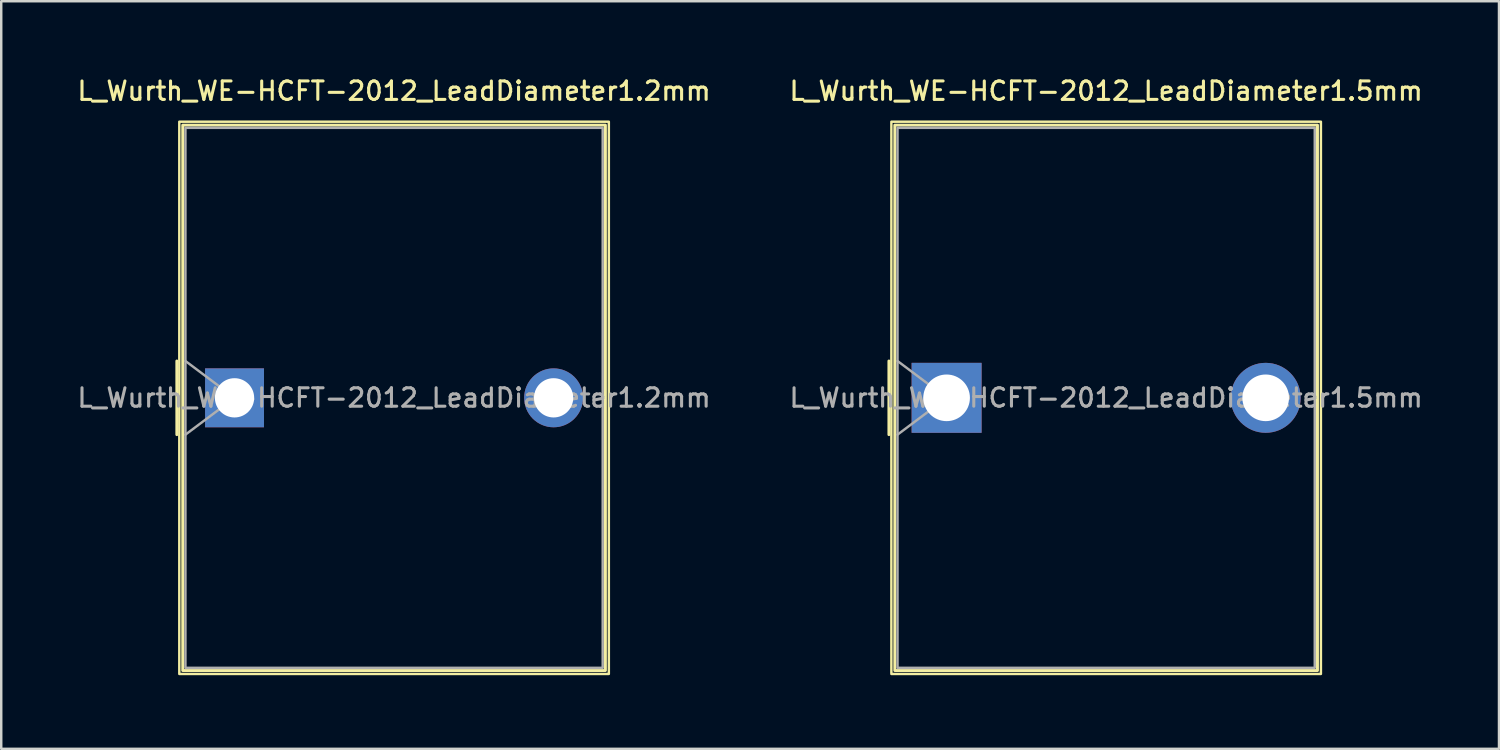
<source format=kicad_pcb>
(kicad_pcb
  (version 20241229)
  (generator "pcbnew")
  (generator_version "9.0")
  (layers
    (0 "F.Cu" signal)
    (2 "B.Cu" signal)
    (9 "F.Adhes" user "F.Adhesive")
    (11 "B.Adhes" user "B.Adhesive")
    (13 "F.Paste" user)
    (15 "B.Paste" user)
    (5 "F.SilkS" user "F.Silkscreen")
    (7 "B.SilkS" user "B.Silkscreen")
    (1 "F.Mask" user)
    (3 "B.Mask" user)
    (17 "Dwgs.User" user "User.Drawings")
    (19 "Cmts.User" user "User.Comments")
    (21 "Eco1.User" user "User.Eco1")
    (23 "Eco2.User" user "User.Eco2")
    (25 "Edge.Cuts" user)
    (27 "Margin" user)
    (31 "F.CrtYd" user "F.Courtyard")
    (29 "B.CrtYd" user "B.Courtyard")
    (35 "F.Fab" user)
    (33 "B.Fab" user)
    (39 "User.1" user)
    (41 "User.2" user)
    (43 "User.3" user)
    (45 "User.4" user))
  (footprint "L_Wurth_WE-HCFT-2012_LeadDiameter1.5mm"
    (layer "F.Cu")
    (at 35.516 13.158)
    (property "Reference" "L_Wurth_WE-HCFT-2012_LeadDiameter1.5mm" (at 6.5 -12.5 0) (unlocked yes) (layer "F.SilkS") (effects (font (size 0.75 0.75) (thickness 0.125))))
    (attr through_hole)
    (fp_line (start -2.35 1.5) (end -2.35 -1.5) (stroke (width 0.12) (type solid)) (layer "F.SilkS"))
    (fp_rect (start -2.25 -11.25) (end 15.25 11.25) (stroke (width 0.1) (type solid)) (fill no) (layer "F.SilkS"))
    (fp_rect (start -2.11 -11.11) (end 15.11 11.11) (stroke (width 0.12) (type solid)) (fill no) (layer "F.SilkS"))
    (fp_line (start -2 -1.5) (end 0 0) (stroke (width 0.1) (type solid)) (layer "F.Fab"))
    (fp_line (start 0 0) (end -2 1.5) (stroke (width 0.1) (type solid)) (layer "F.Fab"))
    (fp_rect (start -2 -11) (end 15 11) (stroke (width 0.1) (type solid)) (fill no) (layer "F.Fab"))
    (fp_text user "${REFERENCE}" (at 6.5 0 0) (unlocked yes) (layer "F.Fab") (effects (font (size 0.75 0.75) (thickness 0.125))))
    (pad "1" thru_hole rect (at 0 0) (size 2.85 2.85) (drill 1.9) (layers "*.Cu" "*.Mask"))
    (pad "2" thru_hole circle (at 13 0) (size 2.85 2.85) (drill 1.9) (layers "*.Cu" "*.Mask")))
  (footprint "L_Wurth_WE-HCFT-2012_LeadDiameter1.2mm"
    (layer "F.Cu")
    (at 6.505 13.158)
    (property "Reference" "L_Wurth_WE-HCFT-2012_LeadDiameter1.2mm" (at 6.5 -12.5 0) (unlocked yes) (layer "F.SilkS") (effects (font (size 0.75 0.75) (thickness 0.125))))
    (attr through_hole)
    (fp_line (start -2.35 -1.5) (end -2.35 1.5) (stroke (width 0.12) (type solid)) (layer "F.SilkS"))
    (fp_rect (start -2.25 -11.25) (end 15.25 11.25) (stroke (width 0.1) (type solid)) (fill no) (layer "F.SilkS"))
    (fp_rect (start -2.11 -11.11) (end 15.11 11.11) (stroke (width 0.12) (type solid)) (fill no) (layer "F.SilkS"))
    (fp_line (start -2 -1.5) (end 0 0) (stroke (width 0.1) (type solid)) (layer "F.Fab"))
    (fp_line (start 0 0) (end -2 1.5) (stroke (width 0.1) (type solid)) (layer "F.Fab"))
    (fp_rect (start -2 -11) (end 15 11) (stroke (width 0.1) (type solid)) (fill no) (layer "F.Fab"))
    (fp_text user "${REFERENCE}" (at 6.5 0 0) (unlocked yes) (layer "F.Fab") (effects (font (size 0.75 0.75) (thickness 0.125))))
    (pad "1" thru_hole rect (at 0 0) (size 2.4 2.4) (drill 1.6) (layers "*.Cu" "*.Mask"))
    (pad "2" thru_hole circle (at 13 0) (size 2.4 2.4) (drill 1.6) (layers "*.Cu" "*.Mask")))
  (gr_rect
    (start -3 -3)
    (end 58.021 27.458)
    (stroke (width 0.1) (type default))
    (fill no)
    (layer "Edge.Cuts")))
</source>
